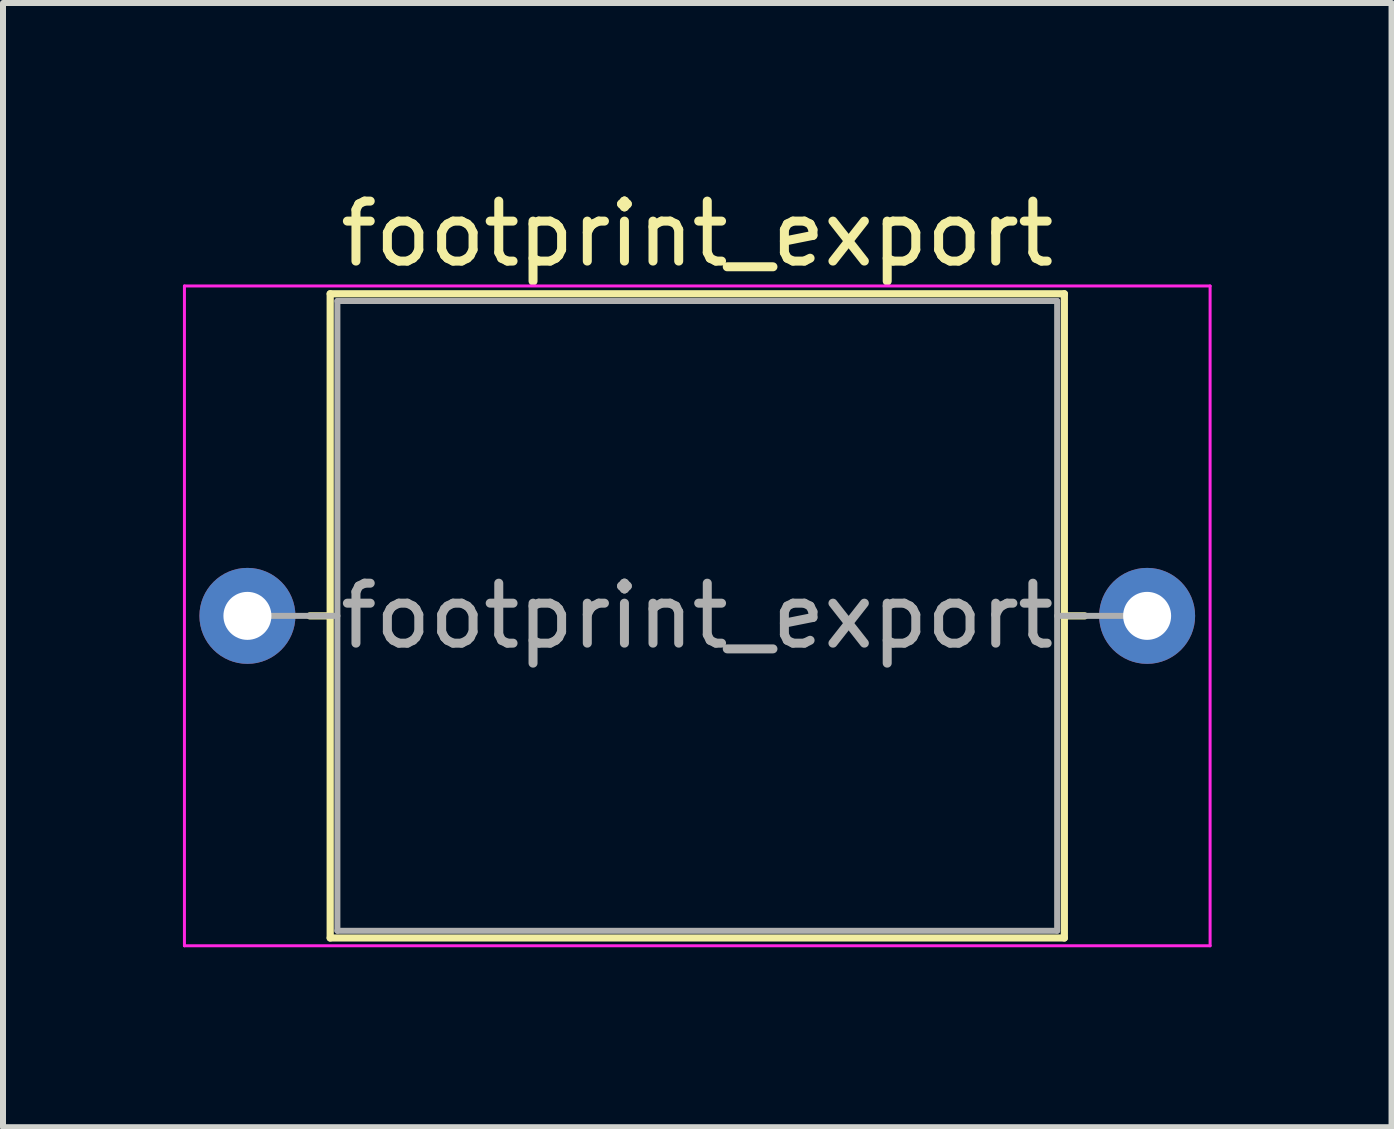
<source format=kicad_pcb>
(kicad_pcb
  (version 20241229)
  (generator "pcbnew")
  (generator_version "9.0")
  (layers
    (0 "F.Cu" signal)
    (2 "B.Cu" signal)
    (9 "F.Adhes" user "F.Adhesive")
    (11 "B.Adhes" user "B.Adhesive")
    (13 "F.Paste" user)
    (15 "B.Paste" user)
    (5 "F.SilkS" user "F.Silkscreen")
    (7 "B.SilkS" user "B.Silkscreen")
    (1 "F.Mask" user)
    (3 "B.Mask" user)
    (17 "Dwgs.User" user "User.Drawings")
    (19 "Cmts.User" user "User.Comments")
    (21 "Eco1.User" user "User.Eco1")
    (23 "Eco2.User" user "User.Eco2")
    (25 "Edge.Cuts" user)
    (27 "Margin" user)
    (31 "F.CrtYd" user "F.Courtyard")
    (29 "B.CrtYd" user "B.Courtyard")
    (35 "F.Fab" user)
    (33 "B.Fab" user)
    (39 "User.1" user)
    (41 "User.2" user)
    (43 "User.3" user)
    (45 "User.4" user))
  (footprint "footprint_export"
    (layer "F.Cu")
    (at 1.075 7.218)
    (property "Reference" "footprint_export" (at 7.5 -6.37 0) (layer "F.SilkS") (effects (font (size 1 1) (thickness 0.15))))
    (attr through_hole)
    (fp_line (start 1.04 0) (end 1.38 0) (stroke (width 0.12) (type solid)) (layer "F.SilkS"))
    (fp_line (start 1.38 -5.37) (end 1.38 5.37) (stroke (width 0.12) (type solid)) (layer "F.SilkS"))
    (fp_line (start 1.38 5.37) (end 13.62 5.37) (stroke (width 0.12) (type solid)) (layer "F.SilkS"))
    (fp_line (start 13.62 -5.37) (end 1.38 -5.37) (stroke (width 0.12) (type solid)) (layer "F.SilkS"))
    (fp_line (start 13.62 5.37) (end 13.62 -5.37) (stroke (width 0.12) (type solid)) (layer "F.SilkS"))
    (fp_line (start 13.96 0) (end 13.62 0) (stroke (width 0.12) (type solid)) (layer "F.SilkS"))
    (fp_line (start -1.05 -5.5) (end -1.05 5.5) (stroke (width 0.05) (type solid)) (layer "F.CrtYd"))
    (fp_line (start -1.05 5.5) (end 16.05 5.5) (stroke (width 0.05) (type solid)) (layer "F.CrtYd"))
    (fp_line (start 16.05 -5.5) (end -1.05 -5.5) (stroke (width 0.05) (type solid)) (layer "F.CrtYd"))
    (fp_line (start 16.05 5.5) (end 16.05 -5.5) (stroke (width 0.05) (type solid)) (layer "F.CrtYd"))
    (fp_line (start 0 0) (end 1.5 0) (stroke (width 0.1) (type solid)) (layer "F.Fab"))
    (fp_line (start 1.5 -5.25) (end 1.5 5.25) (stroke (width 0.1) (type solid)) (layer "F.Fab"))
    (fp_line (start 1.5 5.25) (end 13.5 5.25) (stroke (width 0.1) (type solid)) (layer "F.Fab"))
    (fp_line (start 13.5 -5.25) (end 1.5 -5.25) (stroke (width 0.1) (type solid)) (layer "F.Fab"))
    (fp_line (start 13.5 5.25) (end 13.5 -5.25) (stroke (width 0.1) (type solid)) (layer "F.Fab"))
    (fp_line (start 15 0) (end 13.5 0) (stroke (width 0.1) (type solid)) (layer "F.Fab"))
    (fp_text user "${REFERENCE}" (at 7.5 0 0) (layer "F.Fab") (effects (font (size 1 1) (thickness 0.15))))
    (pad "1" thru_hole circle (at 0 0) (size 1.6 1.6) (drill 0.8) (layers "*.Cu" "*.Mask"))
    (pad "2" thru_hole oval (at 15 0) (size 1.6 1.6) (drill 0.8) (layers "*.Cu" "*.Mask")))
  (gr_rect
    (start -3 -3)
    (end 20.15 15.743)
    (stroke (width 0.1) (type default))
    (fill no)
    (layer "Edge.Cuts")))
</source>
